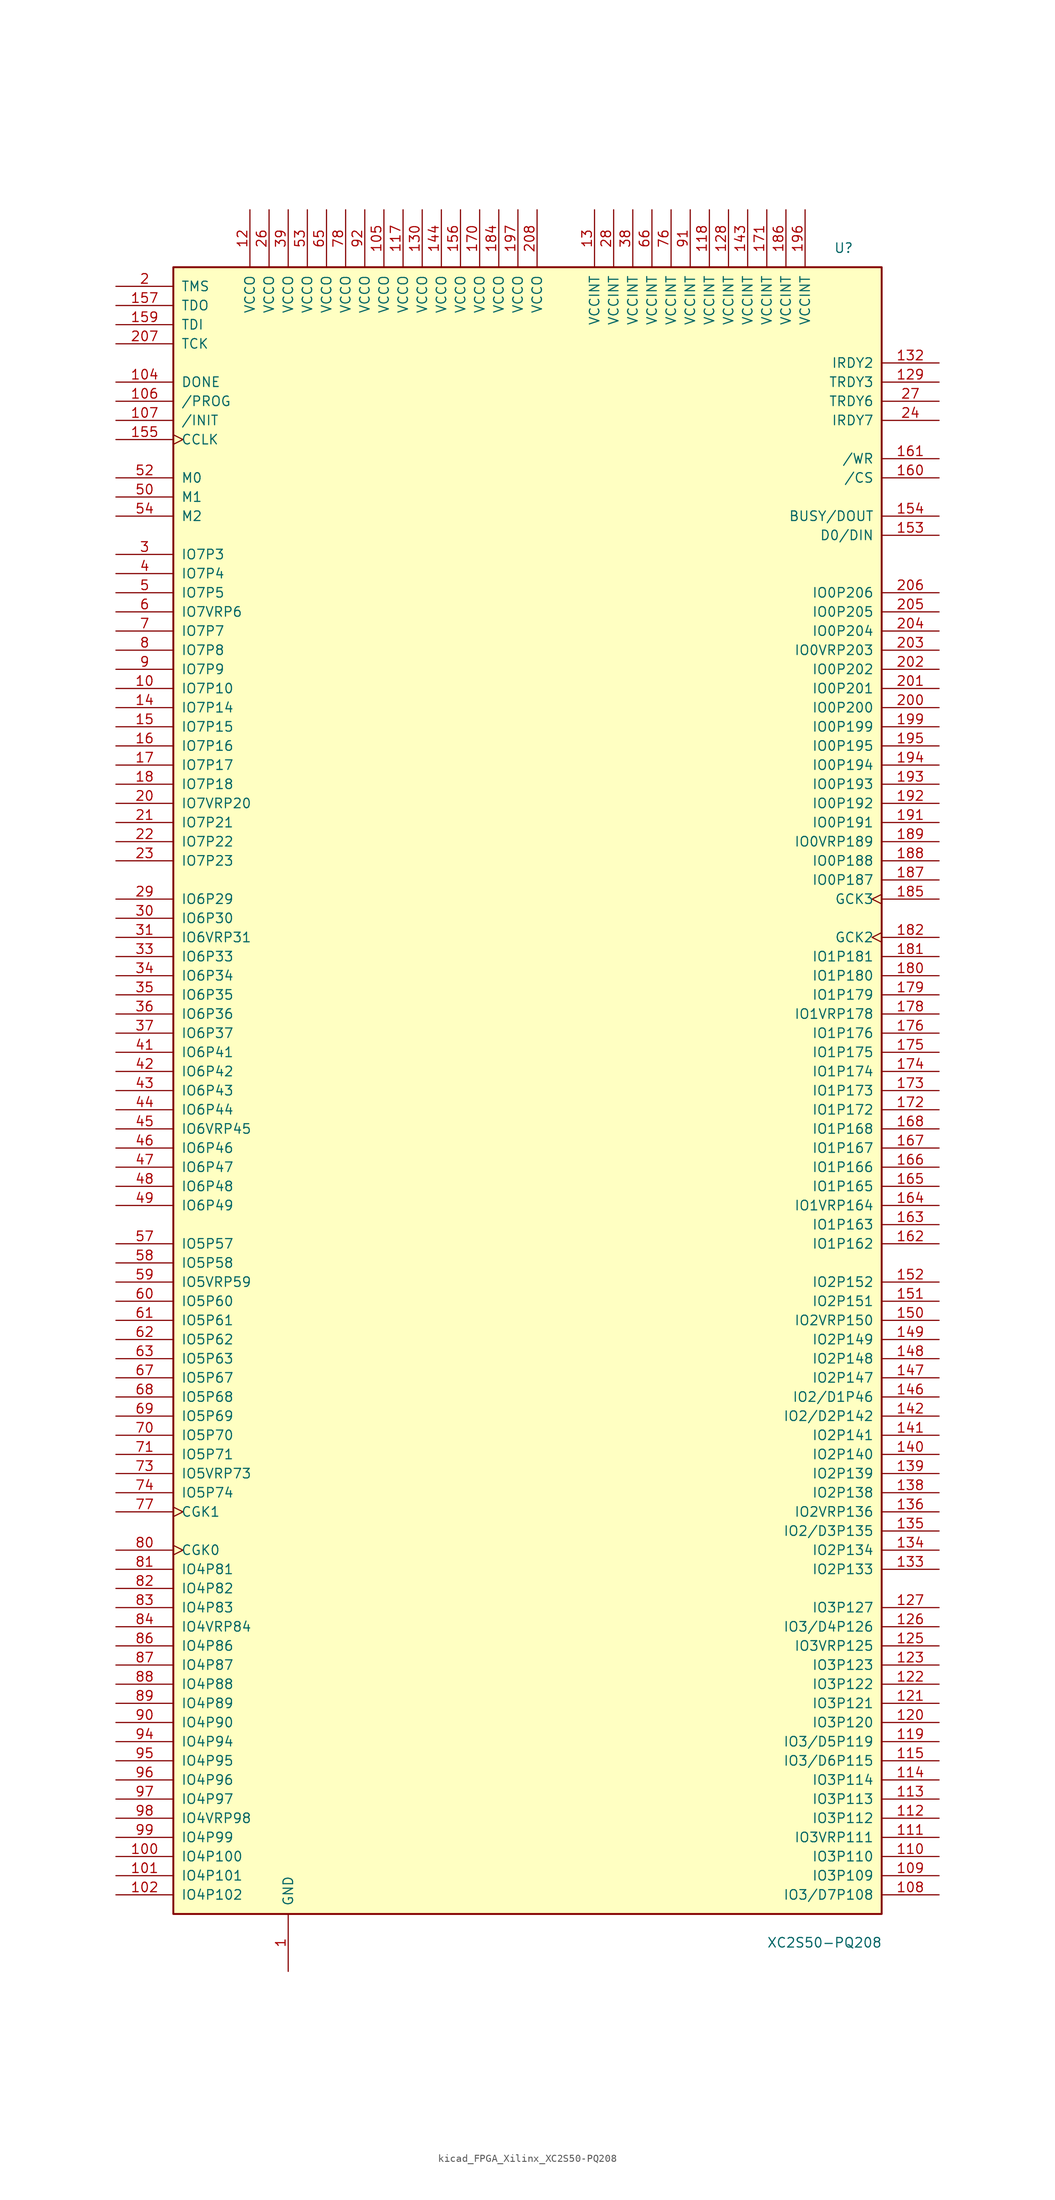
<source format=kicad_sym>
(kicad_symbol_lib
  (version 20220914)
  (generator kicad_symbol_editor)
  (symbol "kicad_FPGA_Xilinx_XC2S50-PQ208"
    (pin_names
      (offset 1.016))
    (property "Reference" "U"
      (at 40.64 111.76 0)
      (effects (font (size 1.27 1.27)) (justify left)))
    (property "Value" "XC2S50-PQ208"
      (at 31.75 -113.03 0)
      (effects (font (size 1.27 1.27)) (justify left)))
    (symbol "kicad_FPGA_Xilinx_XC2S50-PQ208_0_1"
      (rectangle (start -46.99 109.22) (end 46.99 -109.22) (stroke (width 0.254) (type default)) (fill (type background))))
    (symbol "kicad_FPGA_Xilinx_XC2S50-PQ208_1_1"
      (pin passive line (at -31.75 -116.84 90) (length 7.62) (name "GND" (effects (font (size 1.27 1.27)))) (number "1" (effects (font (size 1.27 1.27)))))
      (pin bidirectional line (at -54.61 53.34 0) (length 7.62) (name "IO7P10" (effects (font (size 1.27 1.27)))) (number "10" (effects (font (size 1.27 1.27)))))
      (pin bidirectional line (at -54.61 -101.6 0) (length 7.62) (name "IO4P100" (effects (font (size 1.27 1.27)))) (number "100" (effects (font (size 1.27 1.27)))))
      (pin bidirectional line (at -54.61 -104.14 0) (length 7.62) (name "IO4P101" (effects (font (size 1.27 1.27)))) (number "101" (effects (font (size 1.27 1.27)))))
      (pin bidirectional line (at -54.61 -106.68 0) (length 7.62) (name "IO4P102" (effects (font (size 1.27 1.27)))) (number "102" (effects (font (size 1.27 1.27)))))
      (pin passive line (at -31.75 -116.84 90) (length 7.62) hide (name "GND" (effects (font (size 1.27 1.27)))) (number "103" (effects (font (size 1.27 1.27)))))
      (pin bidirectional line (at -54.61 93.98 0) (length 7.62) (name "DONE" (effects (font (size 1.27 1.27)))) (number "104" (effects (font (size 1.27 1.27)))))
      (pin passive line (at -19.05 116.84 270) (length 7.62) (name "VCCO" (effects (font (size 1.27 1.27)))) (number "105" (effects (font (size 1.27 1.27)))))
      (pin input line (at -54.61 91.44 0) (length 7.62) (name "/PROG" (effects (font (size 1.27 1.27)))) (number "106" (effects (font (size 1.27 1.27)))))
      (pin bidirectional line (at -54.61 88.9 0) (length 7.62) (name "/INIT" (effects (font (size 1.27 1.27)))) (number "107" (effects (font (size 1.27 1.27)))))
      (pin bidirectional line (at 54.61 -106.68 180) (length 7.62) (name "IO3/D7P108" (effects (font (size 1.27 1.27)))) (number "108" (effects (font (size 1.27 1.27)))))
      (pin bidirectional line (at 54.61 -104.14 180) (length 7.62) (name "IO3P109" (effects (font (size 1.27 1.27)))) (number "109" (effects (font (size 1.27 1.27)))))
      (pin passive line (at -31.75 -116.84 90) (length 7.62) hide (name "GND" (effects (font (size 1.27 1.27)))) (number "11" (effects (font (size 1.27 1.27)))))
      (pin bidirectional line (at 54.61 -101.6 180) (length 7.62) (name "IO3P110" (effects (font (size 1.27 1.27)))) (number "110" (effects (font (size 1.27 1.27)))))
      (pin bidirectional line (at 54.61 -99.06 180) (length 7.62) (name "IO3VRP111" (effects (font (size 1.27 1.27)))) (number "111" (effects (font (size 1.27 1.27)))))
      (pin bidirectional line (at 54.61 -96.52 180) (length 7.62) (name "IO3P112" (effects (font (size 1.27 1.27)))) (number "112" (effects (font (size 1.27 1.27)))))
      (pin bidirectional line (at 54.61 -93.98 180) (length 7.62) (name "IO3P113" (effects (font (size 1.27 1.27)))) (number "113" (effects (font (size 1.27 1.27)))))
      (pin bidirectional line (at 54.61 -91.44 180) (length 7.62) (name "IO3P114" (effects (font (size 1.27 1.27)))) (number "114" (effects (font (size 1.27 1.27)))))
      (pin bidirectional line (at 54.61 -88.9 180) (length 7.62) (name "IO3/D6P115" (effects (font (size 1.27 1.27)))) (number "115" (effects (font (size 1.27 1.27)))))
      (pin passive line (at -31.75 -116.84 90) (length 7.62) hide (name "GND" (effects (font (size 1.27 1.27)))) (number "116" (effects (font (size 1.27 1.27)))))
      (pin passive line (at -16.51 116.84 270) (length 7.62) (name "VCCO" (effects (font (size 1.27 1.27)))) (number "117" (effects (font (size 1.27 1.27)))))
      (pin passive line (at 24.13 116.84 270) (length 7.62) (name "VCCINT" (effects (font (size 1.27 1.27)))) (number "118" (effects (font (size 1.27 1.27)))))
      (pin bidirectional line (at 54.61 -86.36 180) (length 7.62) (name "IO3/D5P119" (effects (font (size 1.27 1.27)))) (number "119" (effects (font (size 1.27 1.27)))))
      (pin passive line (at -36.83 116.84 270) (length 7.62) (name "VCCO" (effects (font (size 1.27 1.27)))) (number "12" (effects (font (size 1.27 1.27)))))
      (pin bidirectional line (at 54.61 -83.82 180) (length 7.62) (name "IO3P120" (effects (font (size 1.27 1.27)))) (number "120" (effects (font (size 1.27 1.27)))))
      (pin bidirectional line (at 54.61 -81.28 180) (length 7.62) (name "IO3P121" (effects (font (size 1.27 1.27)))) (number "121" (effects (font (size 1.27 1.27)))))
      (pin bidirectional line (at 54.61 -78.74 180) (length 7.62) (name "IO3P122" (effects (font (size 1.27 1.27)))) (number "122" (effects (font (size 1.27 1.27)))))
      (pin bidirectional line (at 54.61 -76.2 180) (length 7.62) (name "IO3P123" (effects (font (size 1.27 1.27)))) (number "123" (effects (font (size 1.27 1.27)))))
      (pin passive line (at -31.75 -116.84 90) (length 7.62) hide (name "GND" (effects (font (size 1.27 1.27)))) (number "124" (effects (font (size 1.27 1.27)))))
      (pin bidirectional line (at 54.61 -73.66 180) (length 7.62) (name "IO3VRP125" (effects (font (size 1.27 1.27)))) (number "125" (effects (font (size 1.27 1.27)))))
      (pin bidirectional line (at 54.61 -71.12 180) (length 7.62) (name "IO3/D4P126" (effects (font (size 1.27 1.27)))) (number "126" (effects (font (size 1.27 1.27)))))
      (pin bidirectional line (at 54.61 -68.58 180) (length 7.62) (name "IO3P127" (effects (font (size 1.27 1.27)))) (number "127" (effects (font (size 1.27 1.27)))))
      (pin passive line (at 26.67 116.84 270) (length 7.62) (name "VCCINT" (effects (font (size 1.27 1.27)))) (number "128" (effects (font (size 1.27 1.27)))))
      (pin bidirectional line (at 54.61 93.98 180) (length 7.62) (name "TRDY3" (effects (font (size 1.27 1.27)))) (number "129" (effects (font (size 1.27 1.27)))))
      (pin passive line (at 8.89 116.84 270) (length 7.62) (name "VCCINT" (effects (font (size 1.27 1.27)))) (number "13" (effects (font (size 1.27 1.27)))))
      (pin passive line (at -13.97 116.84 270) (length 7.62) (name "VCCO" (effects (font (size 1.27 1.27)))) (number "130" (effects (font (size 1.27 1.27)))))
      (pin passive line (at -31.75 -116.84 90) (length 7.62) hide (name "GND" (effects (font (size 1.27 1.27)))) (number "131" (effects (font (size 1.27 1.27)))))
      (pin bidirectional line (at 54.61 96.52 180) (length 7.62) (name "IRDY2" (effects (font (size 1.27 1.27)))) (number "132" (effects (font (size 1.27 1.27)))))
      (pin bidirectional line (at 54.61 -63.5 180) (length 7.62) (name "IO2P133" (effects (font (size 1.27 1.27)))) (number "133" (effects (font (size 1.27 1.27)))))
      (pin bidirectional line (at 54.61 -60.96 180) (length 7.62) (name "IO2P134" (effects (font (size 1.27 1.27)))) (number "134" (effects (font (size 1.27 1.27)))))
      (pin bidirectional line (at 54.61 -58.42 180) (length 7.62) (name "IO2/D3P135" (effects (font (size 1.27 1.27)))) (number "135" (effects (font (size 1.27 1.27)))))
      (pin bidirectional line (at 54.61 -55.88 180) (length 7.62) (name "IO2VRP136" (effects (font (size 1.27 1.27)))) (number "136" (effects (font (size 1.27 1.27)))))
      (pin passive line (at -31.75 -116.84 90) (length 7.62) hide (name "GND" (effects (font (size 1.27 1.27)))) (number "137" (effects (font (size 1.27 1.27)))))
      (pin bidirectional line (at 54.61 -53.34 180) (length 7.62) (name "IO2P138" (effects (font (size 1.27 1.27)))) (number "138" (effects (font (size 1.27 1.27)))))
      (pin bidirectional line (at 54.61 -50.8 180) (length 7.62) (name "IO2P139" (effects (font (size 1.27 1.27)))) (number "139" (effects (font (size 1.27 1.27)))))
      (pin bidirectional line (at -54.61 50.8 0) (length 7.62) (name "IO7P14" (effects (font (size 1.27 1.27)))) (number "14" (effects (font (size 1.27 1.27)))))
      (pin bidirectional line (at 54.61 -48.26 180) (length 7.62) (name "IO2P140" (effects (font (size 1.27 1.27)))) (number "140" (effects (font (size 1.27 1.27)))))
      (pin bidirectional line (at 54.61 -45.72 180) (length 7.62) (name "IO2P141" (effects (font (size 1.27 1.27)))) (number "141" (effects (font (size 1.27 1.27)))))
      (pin bidirectional line (at 54.61 -43.18 180) (length 7.62) (name "IO2/D2P142" (effects (font (size 1.27 1.27)))) (number "142" (effects (font (size 1.27 1.27)))))
      (pin passive line (at 29.21 116.84 270) (length 7.62) (name "VCCINT" (effects (font (size 1.27 1.27)))) (number "143" (effects (font (size 1.27 1.27)))))
      (pin passive line (at -11.43 116.84 270) (length 7.62) (name "VCCO" (effects (font (size 1.27 1.27)))) (number "144" (effects (font (size 1.27 1.27)))))
      (pin passive line (at -31.75 -116.84 90) (length 7.62) hide (name "GND" (effects (font (size 1.27 1.27)))) (number "145" (effects (font (size 1.27 1.27)))))
      (pin bidirectional line (at 54.61 -40.64 180) (length 7.62) (name "IO2/D1P46" (effects (font (size 1.27 1.27)))) (number "146" (effects (font (size 1.27 1.27)))))
      (pin bidirectional line (at 54.61 -38.1 180) (length 7.62) (name "IO2P147" (effects (font (size 1.27 1.27)))) (number "147" (effects (font (size 1.27 1.27)))))
      (pin bidirectional line (at 54.61 -35.56 180) (length 7.62) (name "IO2P148" (effects (font (size 1.27 1.27)))) (number "148" (effects (font (size 1.27 1.27)))))
      (pin bidirectional line (at 54.61 -33.02 180) (length 7.62) (name "IO2P149" (effects (font (size 1.27 1.27)))) (number "149" (effects (font (size 1.27 1.27)))))
      (pin bidirectional line (at -54.61 48.26 0) (length 7.62) (name "IO7P15" (effects (font (size 1.27 1.27)))) (number "15" (effects (font (size 1.27 1.27)))))
      (pin bidirectional line (at 54.61 -30.48 180) (length 7.62) (name "IO2VRP150" (effects (font (size 1.27 1.27)))) (number "150" (effects (font (size 1.27 1.27)))))
      (pin bidirectional line (at 54.61 -27.94 180) (length 7.62) (name "IO2P151" (effects (font (size 1.27 1.27)))) (number "151" (effects (font (size 1.27 1.27)))))
      (pin bidirectional line (at 54.61 -25.4 180) (length 7.62) (name "IO2P152" (effects (font (size 1.27 1.27)))) (number "152" (effects (font (size 1.27 1.27)))))
      (pin bidirectional line (at 54.61 73.66 180) (length 7.62) (name "D0/DIN" (effects (font (size 1.27 1.27)))) (number "153" (effects (font (size 1.27 1.27)))))
      (pin bidirectional line (at 54.61 76.2 180) (length 7.62) (name "BUSY/DOUT" (effects (font (size 1.27 1.27)))) (number "154" (effects (font (size 1.27 1.27)))))
      (pin bidirectional clock (at -54.61 86.36 0) (length 7.62) (name "CCLK" (effects (font (size 1.27 1.27)))) (number "155" (effects (font (size 1.27 1.27)))))
      (pin passive line (at -8.89 116.84 270) (length 7.62) (name "VCCO" (effects (font (size 1.27 1.27)))) (number "156" (effects (font (size 1.27 1.27)))))
      (pin bidirectional line (at -54.61 104.14 0) (length 7.62) (name "TDO" (effects (font (size 1.27 1.27)))) (number "157" (effects (font (size 1.27 1.27)))))
      (pin passive line (at -31.75 -116.84 90) (length 7.62) hide (name "GND" (effects (font (size 1.27 1.27)))) (number "158" (effects (font (size 1.27 1.27)))))
      (pin bidirectional line (at -54.61 101.6 0) (length 7.62) (name "TDI" (effects (font (size 1.27 1.27)))) (number "159" (effects (font (size 1.27 1.27)))))
      (pin bidirectional line (at -54.61 45.72 0) (length 7.62) (name "IO7P16" (effects (font (size 1.27 1.27)))) (number "16" (effects (font (size 1.27 1.27)))))
      (pin bidirectional line (at 54.61 81.28 180) (length 7.62) (name "/CS" (effects (font (size 1.27 1.27)))) (number "160" (effects (font (size 1.27 1.27)))))
      (pin bidirectional line (at 54.61 83.82 180) (length 7.62) (name "/WR" (effects (font (size 1.27 1.27)))) (number "161" (effects (font (size 1.27 1.27)))))
      (pin bidirectional line (at 54.61 -20.32 180) (length 7.62) (name "IO1P162" (effects (font (size 1.27 1.27)))) (number "162" (effects (font (size 1.27 1.27)))))
      (pin bidirectional line (at 54.61 -17.78 180) (length 7.62) (name "IO1P163" (effects (font (size 1.27 1.27)))) (number "163" (effects (font (size 1.27 1.27)))))
      (pin bidirectional line (at 54.61 -15.24 180) (length 7.62) (name "IO1VRP164" (effects (font (size 1.27 1.27)))) (number "164" (effects (font (size 1.27 1.27)))))
      (pin bidirectional line (at 54.61 -12.7 180) (length 7.62) (name "IO1P165" (effects (font (size 1.27 1.27)))) (number "165" (effects (font (size 1.27 1.27)))))
      (pin bidirectional line (at 54.61 -10.16 180) (length 7.62) (name "IO1P166" (effects (font (size 1.27 1.27)))) (number "166" (effects (font (size 1.27 1.27)))))
      (pin bidirectional line (at 54.61 -7.62 180) (length 7.62) (name "IO1P167" (effects (font (size 1.27 1.27)))) (number "167" (effects (font (size 1.27 1.27)))))
      (pin bidirectional line (at 54.61 -5.08 180) (length 7.62) (name "IO1P168" (effects (font (size 1.27 1.27)))) (number "168" (effects (font (size 1.27 1.27)))))
      (pin passive line (at -31.75 -116.84 90) (length 7.62) hide (name "GND" (effects (font (size 1.27 1.27)))) (number "169" (effects (font (size 1.27 1.27)))))
      (pin bidirectional line (at -54.61 43.18 0) (length 7.62) (name "IO7P17" (effects (font (size 1.27 1.27)))) (number "17" (effects (font (size 1.27 1.27)))))
      (pin passive line (at -6.35 116.84 270) (length 7.62) (name "VCCO" (effects (font (size 1.27 1.27)))) (number "170" (effects (font (size 1.27 1.27)))))
      (pin passive line (at 31.75 116.84 270) (length 7.62) (name "VCCINT" (effects (font (size 1.27 1.27)))) (number "171" (effects (font (size 1.27 1.27)))))
      (pin bidirectional line (at 54.61 -2.54 180) (length 7.62) (name "IO1P172" (effects (font (size 1.27 1.27)))) (number "172" (effects (font (size 1.27 1.27)))))
      (pin bidirectional line (at 54.61 0 180) (length 7.62) (name "IO1P173" (effects (font (size 1.27 1.27)))) (number "173" (effects (font (size 1.27 1.27)))))
      (pin bidirectional line (at 54.61 2.54 180) (length 7.62) (name "IO1P174" (effects (font (size 1.27 1.27)))) (number "174" (effects (font (size 1.27 1.27)))))
      (pin bidirectional line (at 54.61 5.08 180) (length 7.62) (name "IO1P175" (effects (font (size 1.27 1.27)))) (number "175" (effects (font (size 1.27 1.27)))))
      (pin bidirectional line (at 54.61 7.62 180) (length 7.62) (name "IO1P176" (effects (font (size 1.27 1.27)))) (number "176" (effects (font (size 1.27 1.27)))))
      (pin passive line (at -31.75 -116.84 90) (length 7.62) hide (name "GND" (effects (font (size 1.27 1.27)))) (number "177" (effects (font (size 1.27 1.27)))))
      (pin bidirectional line (at 54.61 10.16 180) (length 7.62) (name "IO1VRP178" (effects (font (size 1.27 1.27)))) (number "178" (effects (font (size 1.27 1.27)))))
      (pin bidirectional line (at 54.61 12.7 180) (length 7.62) (name "IO1P179" (effects (font (size 1.27 1.27)))) (number "179" (effects (font (size 1.27 1.27)))))
      (pin bidirectional line (at -54.61 40.64 0) (length 7.62) (name "IO7P18" (effects (font (size 1.27 1.27)))) (number "18" (effects (font (size 1.27 1.27)))))
      (pin bidirectional line (at 54.61 15.24 180) (length 7.62) (name "IO1P180" (effects (font (size 1.27 1.27)))) (number "180" (effects (font (size 1.27 1.27)))))
      (pin bidirectional line (at 54.61 17.78 180) (length 7.62) (name "IO1P181" (effects (font (size 1.27 1.27)))) (number "181" (effects (font (size 1.27 1.27)))))
      (pin input clock (at 54.61 20.32 180) (length 7.62) (name "GCK2" (effects (font (size 1.27 1.27)))) (number "182" (effects (font (size 1.27 1.27)))))
      (pin passive line (at -31.75 -116.84 90) (length 7.62) hide (name "GND" (effects (font (size 1.27 1.27)))) (number "183" (effects (font (size 1.27 1.27)))))
      (pin passive line (at -3.81 116.84 270) (length 7.62) (name "VCCO" (effects (font (size 1.27 1.27)))) (number "184" (effects (font (size 1.27 1.27)))))
      (pin input clock (at 54.61 25.4 180) (length 7.62) (name "GCK3" (effects (font (size 1.27 1.27)))) (number "185" (effects (font (size 1.27 1.27)))))
      (pin passive line (at 34.29 116.84 270) (length 7.62) (name "VCCINT" (effects (font (size 1.27 1.27)))) (number "186" (effects (font (size 1.27 1.27)))))
      (pin bidirectional line (at 54.61 27.94 180) (length 7.62) (name "IO0P187" (effects (font (size 1.27 1.27)))) (number "187" (effects (font (size 1.27 1.27)))))
      (pin bidirectional line (at 54.61 30.48 180) (length 7.62) (name "IO0P188" (effects (font (size 1.27 1.27)))) (number "188" (effects (font (size 1.27 1.27)))))
      (pin bidirectional line (at 54.61 33.02 180) (length 7.62) (name "IO0VRP189" (effects (font (size 1.27 1.27)))) (number "189" (effects (font (size 1.27 1.27)))))
      (pin passive line (at -31.75 -116.84 90) (length 7.62) hide (name "GND" (effects (font (size 1.27 1.27)))) (number "19" (effects (font (size 1.27 1.27)))))
      (pin passive line (at -31.75 -116.84 90) (length 7.62) hide (name "GND" (effects (font (size 1.27 1.27)))) (number "190" (effects (font (size 1.27 1.27)))))
      (pin bidirectional line (at 54.61 35.56 180) (length 7.62) (name "IO0P191" (effects (font (size 1.27 1.27)))) (number "191" (effects (font (size 1.27 1.27)))))
      (pin bidirectional line (at 54.61 38.1 180) (length 7.62) (name "IO0P192" (effects (font (size 1.27 1.27)))) (number "192" (effects (font (size 1.27 1.27)))))
      (pin bidirectional line (at 54.61 40.64 180) (length 7.62) (name "IO0P193" (effects (font (size 1.27 1.27)))) (number "193" (effects (font (size 1.27 1.27)))))
      (pin bidirectional line (at 54.61 43.18 180) (length 7.62) (name "IO0P194" (effects (font (size 1.27 1.27)))) (number "194" (effects (font (size 1.27 1.27)))))
      (pin bidirectional line (at 54.61 45.72 180) (length 7.62) (name "IO0P195" (effects (font (size 1.27 1.27)))) (number "195" (effects (font (size 1.27 1.27)))))
      (pin passive line (at 36.83 116.84 270) (length 7.62) (name "VCCINT" (effects (font (size 1.27 1.27)))) (number "196" (effects (font (size 1.27 1.27)))))
      (pin passive line (at -1.27 116.84 270) (length 7.62) (name "VCCO" (effects (font (size 1.27 1.27)))) (number "197" (effects (font (size 1.27 1.27)))))
      (pin passive line (at -31.75 -116.84 90) (length 7.62) hide (name "GND" (effects (font (size 1.27 1.27)))) (number "198" (effects (font (size 1.27 1.27)))))
      (pin bidirectional line (at 54.61 48.26 180) (length 7.62) (name "IO0P199" (effects (font (size 1.27 1.27)))) (number "199" (effects (font (size 1.27 1.27)))))
      (pin bidirectional line (at -54.61 106.68 0) (length 7.62) (name "TMS" (effects (font (size 1.27 1.27)))) (number "2" (effects (font (size 1.27 1.27)))))
      (pin bidirectional line (at -54.61 38.1 0) (length 7.62) (name "IO7VRP20" (effects (font (size 1.27 1.27)))) (number "20" (effects (font (size 1.27 1.27)))))
      (pin bidirectional line (at 54.61 50.8 180) (length 7.62) (name "IO0P200" (effects (font (size 1.27 1.27)))) (number "200" (effects (font (size 1.27 1.27)))))
      (pin bidirectional line (at 54.61 53.34 180) (length 7.62) (name "IO0P201" (effects (font (size 1.27 1.27)))) (number "201" (effects (font (size 1.27 1.27)))))
      (pin bidirectional line (at 54.61 55.88 180) (length 7.62) (name "IO0P202" (effects (font (size 1.27 1.27)))) (number "202" (effects (font (size 1.27 1.27)))))
      (pin bidirectional line (at 54.61 58.42 180) (length 7.62) (name "IO0VRP203" (effects (font (size 1.27 1.27)))) (number "203" (effects (font (size 1.27 1.27)))))
      (pin bidirectional line (at 54.61 60.96 180) (length 7.62) (name "IO0P204" (effects (font (size 1.27 1.27)))) (number "204" (effects (font (size 1.27 1.27)))))
      (pin bidirectional line (at 54.61 63.5 180) (length 7.62) (name "IO0P205" (effects (font (size 1.27 1.27)))) (number "205" (effects (font (size 1.27 1.27)))))
      (pin bidirectional line (at 54.61 66.04 180) (length 7.62) (name "IO0P206" (effects (font (size 1.27 1.27)))) (number "206" (effects (font (size 1.27 1.27)))))
      (pin bidirectional line (at -54.61 99.06 0) (length 7.62) (name "TCK" (effects (font (size 1.27 1.27)))) (number "207" (effects (font (size 1.27 1.27)))))
      (pin passive line (at 1.27 116.84 270) (length 7.62) (name "VCCO" (effects (font (size 1.27 1.27)))) (number "208" (effects (font (size 1.27 1.27)))))
      (pin bidirectional line (at -54.61 35.56 0) (length 7.62) (name "IO7P21" (effects (font (size 1.27 1.27)))) (number "21" (effects (font (size 1.27 1.27)))))
      (pin bidirectional line (at -54.61 33.02 0) (length 7.62) (name "IO7P22" (effects (font (size 1.27 1.27)))) (number "22" (effects (font (size 1.27 1.27)))))
      (pin bidirectional line (at -54.61 30.48 0) (length 7.62) (name "IO7P23" (effects (font (size 1.27 1.27)))) (number "23" (effects (font (size 1.27 1.27)))))
      (pin bidirectional line (at 54.61 88.9 180) (length 7.62) (name "IRDY7" (effects (font (size 1.27 1.27)))) (number "24" (effects (font (size 1.27 1.27)))))
      (pin passive line (at -31.75 -116.84 90) (length 7.62) hide (name "GND" (effects (font (size 1.27 1.27)))) (number "25" (effects (font (size 1.27 1.27)))))
      (pin passive line (at -34.29 116.84 270) (length 7.62) (name "VCCO" (effects (font (size 1.27 1.27)))) (number "26" (effects (font (size 1.27 1.27)))))
      (pin bidirectional line (at 54.61 91.44 180) (length 7.62) (name "TRDY6" (effects (font (size 1.27 1.27)))) (number "27" (effects (font (size 1.27 1.27)))))
      (pin passive line (at 11.43 116.84 270) (length 7.62) (name "VCCINT" (effects (font (size 1.27 1.27)))) (number "28" (effects (font (size 1.27 1.27)))))
      (pin bidirectional line (at -54.61 25.4 0) (length 7.62) (name "IO6P29" (effects (font (size 1.27 1.27)))) (number "29" (effects (font (size 1.27 1.27)))))
      (pin bidirectional line (at -54.61 71.12 0) (length 7.62) (name "IO7P3" (effects (font (size 1.27 1.27)))) (number "3" (effects (font (size 1.27 1.27)))))
      (pin bidirectional line (at -54.61 22.86 0) (length 7.62) (name "IO6P30" (effects (font (size 1.27 1.27)))) (number "30" (effects (font (size 1.27 1.27)))))
      (pin bidirectional line (at -54.61 20.32 0) (length 7.62) (name "IO6VRP31" (effects (font (size 1.27 1.27)))) (number "31" (effects (font (size 1.27 1.27)))))
      (pin passive line (at -31.75 -116.84 90) (length 7.62) hide (name "GND" (effects (font (size 1.27 1.27)))) (number "32" (effects (font (size 1.27 1.27)))))
      (pin bidirectional line (at -54.61 17.78 0) (length 7.62) (name "IO6P33" (effects (font (size 1.27 1.27)))) (number "33" (effects (font (size 1.27 1.27)))))
      (pin bidirectional line (at -54.61 15.24 0) (length 7.62) (name "IO6P34" (effects (font (size 1.27 1.27)))) (number "34" (effects (font (size 1.27 1.27)))))
      (pin bidirectional line (at -54.61 12.7 0) (length 7.62) (name "IO6P35" (effects (font (size 1.27 1.27)))) (number "35" (effects (font (size 1.27 1.27)))))
      (pin bidirectional line (at -54.61 10.16 0) (length 7.62) (name "IO6P36" (effects (font (size 1.27 1.27)))) (number "36" (effects (font (size 1.27 1.27)))))
      (pin bidirectional line (at -54.61 7.62 0) (length 7.62) (name "IO6P37" (effects (font (size 1.27 1.27)))) (number "37" (effects (font (size 1.27 1.27)))))
      (pin passive line (at 13.97 116.84 270) (length 7.62) (name "VCCINT" (effects (font (size 1.27 1.27)))) (number "38" (effects (font (size 1.27 1.27)))))
      (pin passive line (at -31.75 116.84 270) (length 7.62) (name "VCCO" (effects (font (size 1.27 1.27)))) (number "39" (effects (font (size 1.27 1.27)))))
      (pin bidirectional line (at -54.61 68.58 0) (length 7.62) (name "IO7P4" (effects (font (size 1.27 1.27)))) (number "4" (effects (font (size 1.27 1.27)))))
      (pin passive line (at -31.75 -116.84 90) (length 7.62) hide (name "GND" (effects (font (size 1.27 1.27)))) (number "40" (effects (font (size 1.27 1.27)))))
      (pin bidirectional line (at -54.61 5.08 0) (length 7.62) (name "IO6P41" (effects (font (size 1.27 1.27)))) (number "41" (effects (font (size 1.27 1.27)))))
      (pin bidirectional line (at -54.61 2.54 0) (length 7.62) (name "IO6P42" (effects (font (size 1.27 1.27)))) (number "42" (effects (font (size 1.27 1.27)))))
      (pin bidirectional line (at -54.61 0 0) (length 7.62) (name "IO6P43" (effects (font (size 1.27 1.27)))) (number "43" (effects (font (size 1.27 1.27)))))
      (pin bidirectional line (at -54.61 -2.54 0) (length 7.62) (name "IO6P44" (effects (font (size 1.27 1.27)))) (number "44" (effects (font (size 1.27 1.27)))))
      (pin bidirectional line (at -54.61 -5.08 0) (length 7.62) (name "IO6VRP45" (effects (font (size 1.27 1.27)))) (number "45" (effects (font (size 1.27 1.27)))))
      (pin bidirectional line (at -54.61 -7.62 0) (length 7.62) (name "IO6P46" (effects (font (size 1.27 1.27)))) (number "46" (effects (font (size 1.27 1.27)))))
      (pin bidirectional line (at -54.61 -10.16 0) (length 7.62) (name "IO6P47" (effects (font (size 1.27 1.27)))) (number "47" (effects (font (size 1.27 1.27)))))
      (pin bidirectional line (at -54.61 -12.7 0) (length 7.62) (name "IO6P48" (effects (font (size 1.27 1.27)))) (number "48" (effects (font (size 1.27 1.27)))))
      (pin bidirectional line (at -54.61 -15.24 0) (length 7.62) (name "IO6P49" (effects (font (size 1.27 1.27)))) (number "49" (effects (font (size 1.27 1.27)))))
      (pin bidirectional line (at -54.61 66.04 0) (length 7.62) (name "IO7P5" (effects (font (size 1.27 1.27)))) (number "5" (effects (font (size 1.27 1.27)))))
      (pin input line (at -54.61 78.74 0) (length 7.62) (name "M1" (effects (font (size 1.27 1.27)))) (number "50" (effects (font (size 1.27 1.27)))))
      (pin passive line (at -31.75 -116.84 90) (length 7.62) hide (name "GND" (effects (font (size 1.27 1.27)))) (number "51" (effects (font (size 1.27 1.27)))))
      (pin input line (at -54.61 81.28 0) (length 7.62) (name "M0" (effects (font (size 1.27 1.27)))) (number "52" (effects (font (size 1.27 1.27)))))
      (pin passive line (at -29.21 116.84 270) (length 7.62) (name "VCCO" (effects (font (size 1.27 1.27)))) (number "53" (effects (font (size 1.27 1.27)))))
      (pin input line (at -54.61 76.2 0) (length 7.62) (name "M2" (effects (font (size 1.27 1.27)))) (number "54" (effects (font (size 1.27 1.27)))))
      (pin bidirectional line (at -54.61 -20.32 0) (length 7.62) (name "IO5P57" (effects (font (size 1.27 1.27)))) (number "57" (effects (font (size 1.27 1.27)))))
      (pin bidirectional line (at -54.61 -22.86 0) (length 7.62) (name "IO5P58" (effects (font (size 1.27 1.27)))) (number "58" (effects (font (size 1.27 1.27)))))
      (pin bidirectional line (at -54.61 -25.4 0) (length 7.62) (name "IO5VRP59" (effects (font (size 1.27 1.27)))) (number "59" (effects (font (size 1.27 1.27)))))
      (pin bidirectional line (at -54.61 63.5 0) (length 7.62) (name "IO7VRP6" (effects (font (size 1.27 1.27)))) (number "6" (effects (font (size 1.27 1.27)))))
      (pin bidirectional line (at -54.61 -27.94 0) (length 7.62) (name "IO5P60" (effects (font (size 1.27 1.27)))) (number "60" (effects (font (size 1.27 1.27)))))
      (pin bidirectional line (at -54.61 -30.48 0) (length 7.62) (name "IO5P61" (effects (font (size 1.27 1.27)))) (number "61" (effects (font (size 1.27 1.27)))))
      (pin bidirectional line (at -54.61 -33.02 0) (length 7.62) (name "IO5P62" (effects (font (size 1.27 1.27)))) (number "62" (effects (font (size 1.27 1.27)))))
      (pin bidirectional line (at -54.61 -35.56 0) (length 7.62) (name "IO5P63" (effects (font (size 1.27 1.27)))) (number "63" (effects (font (size 1.27 1.27)))))
      (pin passive line (at -31.75 -116.84 90) (length 7.62) hide (name "GND" (effects (font (size 1.27 1.27)))) (number "64" (effects (font (size 1.27 1.27)))))
      (pin passive line (at -26.67 116.84 270) (length 7.62) (name "VCCO" (effects (font (size 1.27 1.27)))) (number "65" (effects (font (size 1.27 1.27)))))
      (pin passive line (at 16.51 116.84 270) (length 7.62) (name "VCCINT" (effects (font (size 1.27 1.27)))) (number "66" (effects (font (size 1.27 1.27)))))
      (pin bidirectional line (at -54.61 -38.1 0) (length 7.62) (name "IO5P67" (effects (font (size 1.27 1.27)))) (number "67" (effects (font (size 1.27 1.27)))))
      (pin bidirectional line (at -54.61 -40.64 0) (length 7.62) (name "IO5P68" (effects (font (size 1.27 1.27)))) (number "68" (effects (font (size 1.27 1.27)))))
      (pin bidirectional line (at -54.61 -43.18 0) (length 7.62) (name "IO5P69" (effects (font (size 1.27 1.27)))) (number "69" (effects (font (size 1.27 1.27)))))
      (pin bidirectional line (at -54.61 60.96 0) (length 7.62) (name "IO7P7" (effects (font (size 1.27 1.27)))) (number "7" (effects (font (size 1.27 1.27)))))
      (pin bidirectional line (at -54.61 -45.72 0) (length 7.62) (name "IO5P70" (effects (font (size 1.27 1.27)))) (number "70" (effects (font (size 1.27 1.27)))))
      (pin bidirectional line (at -54.61 -48.26 0) (length 7.62) (name "IO5P71" (effects (font (size 1.27 1.27)))) (number "71" (effects (font (size 1.27 1.27)))))
      (pin passive line (at -31.75 -116.84 90) (length 7.62) hide (name "GND" (effects (font (size 1.27 1.27)))) (number "72" (effects (font (size 1.27 1.27)))))
      (pin bidirectional line (at -54.61 -50.8 0) (length 7.62) (name "IO5VRP73" (effects (font (size 1.27 1.27)))) (number "73" (effects (font (size 1.27 1.27)))))
      (pin bidirectional line (at -54.61 -53.34 0) (length 7.62) (name "IO5P74" (effects (font (size 1.27 1.27)))) (number "74" (effects (font (size 1.27 1.27)))))
      (pin passive line (at 19.05 116.84 270) (length 7.62) (name "VCCINT" (effects (font (size 1.27 1.27)))) (number "76" (effects (font (size 1.27 1.27)))))
      (pin input clock (at -54.61 -55.88 0) (length 7.62) (name "CGK1" (effects (font (size 1.27 1.27)))) (number "77" (effects (font (size 1.27 1.27)))))
      (pin passive line (at -24.13 116.84 270) (length 7.62) (name "VCCO" (effects (font (size 1.27 1.27)))) (number "78" (effects (font (size 1.27 1.27)))))
      (pin passive line (at -31.75 -116.84 90) (length 7.62) hide (name "GND" (effects (font (size 1.27 1.27)))) (number "79" (effects (font (size 1.27 1.27)))))
      (pin bidirectional line (at -54.61 58.42 0) (length 7.62) (name "IO7P8" (effects (font (size 1.27 1.27)))) (number "8" (effects (font (size 1.27 1.27)))))
      (pin input clock (at -54.61 -60.96 0) (length 7.62) (name "CGK0" (effects (font (size 1.27 1.27)))) (number "80" (effects (font (size 1.27 1.27)))))
      (pin bidirectional line (at -54.61 -63.5 0) (length 7.62) (name "IO4P81" (effects (font (size 1.27 1.27)))) (number "81" (effects (font (size 1.27 1.27)))))
      (pin bidirectional line (at -54.61 -66.04 0) (length 7.62) (name "IO4P82" (effects (font (size 1.27 1.27)))) (number "82" (effects (font (size 1.27 1.27)))))
      (pin bidirectional line (at -54.61 -68.58 0) (length 7.62) (name "IO4P83" (effects (font (size 1.27 1.27)))) (number "83" (effects (font (size 1.27 1.27)))))
      (pin bidirectional line (at -54.61 -71.12 0) (length 7.62) (name "IO4VRP84" (effects (font (size 1.27 1.27)))) (number "84" (effects (font (size 1.27 1.27)))))
      (pin passive line (at -31.75 -116.84 90) (length 7.62) hide (name "GND" (effects (font (size 1.27 1.27)))) (number "85" (effects (font (size 1.27 1.27)))))
      (pin bidirectional line (at -54.61 -73.66 0) (length 7.62) (name "IO4P86" (effects (font (size 1.27 1.27)))) (number "86" (effects (font (size 1.27 1.27)))))
      (pin bidirectional line (at -54.61 -76.2 0) (length 7.62) (name "IO4P87" (effects (font (size 1.27 1.27)))) (number "87" (effects (font (size 1.27 1.27)))))
      (pin bidirectional line (at -54.61 -78.74 0) (length 7.62) (name "IO4P88" (effects (font (size 1.27 1.27)))) (number "88" (effects (font (size 1.27 1.27)))))
      (pin bidirectional line (at -54.61 -81.28 0) (length 7.62) (name "IO4P89" (effects (font (size 1.27 1.27)))) (number "89" (effects (font (size 1.27 1.27)))))
      (pin bidirectional line (at -54.61 55.88 0) (length 7.62) (name "IO7P9" (effects (font (size 1.27 1.27)))) (number "9" (effects (font (size 1.27 1.27)))))
      (pin bidirectional line (at -54.61 -83.82 0) (length 7.62) (name "IO4P90" (effects (font (size 1.27 1.27)))) (number "90" (effects (font (size 1.27 1.27)))))
      (pin passive line (at 21.59 116.84 270) (length 7.62) (name "VCCINT" (effects (font (size 1.27 1.27)))) (number "91" (effects (font (size 1.27 1.27)))))
      (pin passive line (at -21.59 116.84 270) (length 7.62) (name "VCCO" (effects (font (size 1.27 1.27)))) (number "92" (effects (font (size 1.27 1.27)))))
      (pin passive line (at -31.75 -116.84 90) (length 7.62) hide (name "GND" (effects (font (size 1.27 1.27)))) (number "93" (effects (font (size 1.27 1.27)))))
      (pin bidirectional line (at -54.61 -86.36 0) (length 7.62) (name "IO4P94" (effects (font (size 1.27 1.27)))) (number "94" (effects (font (size 1.27 1.27)))))
      (pin bidirectional line (at -54.61 -88.9 0) (length 7.62) (name "IO4P95" (effects (font (size 1.27 1.27)))) (number "95" (effects (font (size 1.27 1.27)))))
      (pin bidirectional line (at -54.61 -91.44 0) (length 7.62) (name "IO4P96" (effects (font (size 1.27 1.27)))) (number "96" (effects (font (size 1.27 1.27)))))
      (pin bidirectional line (at -54.61 -93.98 0) (length 7.62) (name "IO4P97" (effects (font (size 1.27 1.27)))) (number "97" (effects (font (size 1.27 1.27)))))
      (pin bidirectional line (at -54.61 -96.52 0) (length 7.62) (name "IO4VRP98" (effects (font (size 1.27 1.27)))) (number "98" (effects (font (size 1.27 1.27)))))
      (pin bidirectional line (at -54.61 -99.06 0) (length 7.62) (name "IO4P99" (effects (font (size 1.27 1.27)))) (number "99" (effects (font (size 1.27 1.27))))))))
</source>
